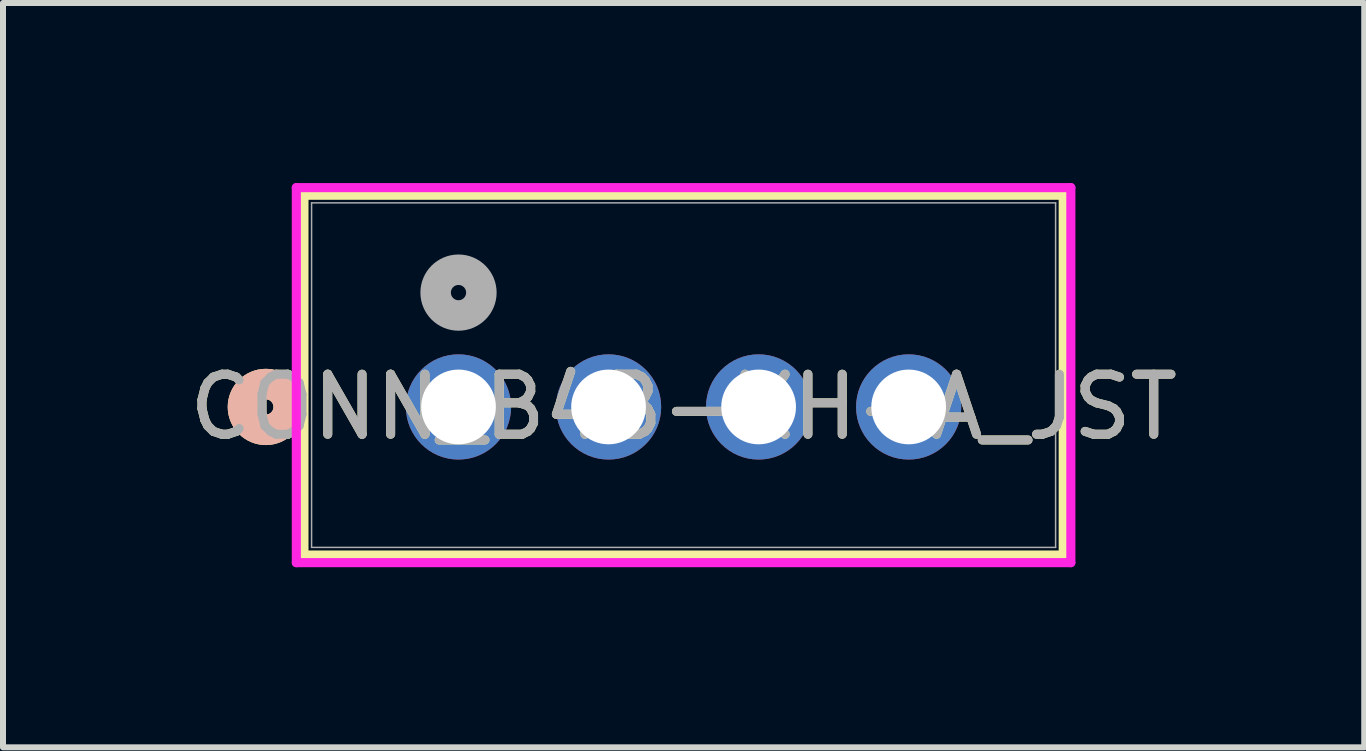
<source format=kicad_pcb>
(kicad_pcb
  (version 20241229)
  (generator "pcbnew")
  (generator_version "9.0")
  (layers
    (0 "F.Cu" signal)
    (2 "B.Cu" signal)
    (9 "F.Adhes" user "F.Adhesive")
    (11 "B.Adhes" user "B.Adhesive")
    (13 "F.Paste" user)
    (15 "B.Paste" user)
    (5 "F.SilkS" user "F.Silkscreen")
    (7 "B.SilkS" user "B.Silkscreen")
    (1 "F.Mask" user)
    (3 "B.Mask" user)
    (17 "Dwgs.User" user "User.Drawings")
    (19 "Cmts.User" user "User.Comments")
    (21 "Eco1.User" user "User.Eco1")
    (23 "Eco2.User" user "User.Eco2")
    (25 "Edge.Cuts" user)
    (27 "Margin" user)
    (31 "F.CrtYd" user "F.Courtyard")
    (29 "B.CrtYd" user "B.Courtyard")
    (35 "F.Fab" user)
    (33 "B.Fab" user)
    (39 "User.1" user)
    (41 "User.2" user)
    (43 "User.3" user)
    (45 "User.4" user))
  (footprint "CONN_B4B-XH-A_JST"
    (layer "F.Cu")
    (at 4.589 3.73)
    (property "Reference" "CONN_B4B-XH-A_JST" (at 3.75 0 0) (unlocked yes) (layer "F.SilkS") (effects (font (size 1 1) (thickness 0.15))))
    (attr through_hole)
    (fp_line (start -2.575 -3.527) (end -2.575 2.467) (stroke (width 0.152) (type solid)) (layer "F.SilkS"))
    (fp_line (start -2.575 2.467) (end 10.075 2.467) (stroke (width 0.152) (type solid)) (layer "F.SilkS"))
    (fp_line (start 10.075 -3.527) (end -2.575 -3.527) (stroke (width 0.152) (type solid)) (layer "F.SilkS"))
    (fp_line (start 10.075 2.467) (end 10.075 -3.527) (stroke (width 0.152) (type solid)) (layer "F.SilkS"))
    (fp_circle (center -3.21 0) (end -2.829 0) (stroke (width 0.508) (type solid)) (fill no) (layer "F.SilkS"))
    (fp_circle (center -3.21 0) (end -2.829 0) (stroke (width 0.508) (type solid)) (fill no) (layer "B.SilkS"))
    (fp_line (start -2.702 -3.654) (end -2.702 2.594) (stroke (width 0.152) (type solid)) (layer "F.CrtYd"))
    (fp_line (start -2.702 2.594) (end 10.202 2.594) (stroke (width 0.152) (type solid)) (layer "F.CrtYd"))
    (fp_line (start 10.202 -3.654) (end -2.702 -3.654) (stroke (width 0.152) (type solid)) (layer "F.CrtYd"))
    (fp_line (start 10.202 2.594) (end 10.202 -3.654) (stroke (width 0.152) (type solid)) (layer "F.CrtYd"))
    (fp_line (start -2.448 -3.4) (end -2.448 2.34) (stroke (width 0.025) (type solid)) (layer "F.Fab"))
    (fp_line (start -2.448 2.34) (end 9.948 2.34) (stroke (width 0.025) (type solid)) (layer "F.Fab"))
    (fp_line (start 9.948 -3.4) (end -2.448 -3.4) (stroke (width 0.025) (type solid)) (layer "F.Fab"))
    (fp_line (start 9.948 2.34) (end 9.948 -3.4) (stroke (width 0.025) (type solid)) (layer "F.Fab"))
    (fp_circle (center 0 -1.905) (end 0.381 -1.905) (stroke (width 0.508) (type solid)) (fill no) (layer "F.Fab"))
    (fp_text user "${REFERENCE}" (at 3.75 0 0) (unlocked yes) (layer "F.Fab") (effects (font (size 1 1) (thickness 0.15))))
    (pad "1" thru_hole circle (at 0 0) (size 1.753 1.753) (drill 1.245) (layers "*.Cu" "*.Mask"))
    (pad "2" thru_hole circle (at 2.5 0) (size 1.753 1.753) (drill 1.245) (layers "*.Cu" "*.Mask"))
    (pad "3" thru_hole circle (at 5 0) (size 1.753 1.753) (drill 1.245) (layers "*.Cu" "*.Mask"))
    (pad "4" thru_hole circle (at 7.5 0) (size 1.753 1.753) (drill 1.245) (layers "*.Cu" "*.Mask")))
  (gr_rect
    (start -3 -3)
    (end 19.679 9.401)
    (stroke (width 0.1) (type default))
    (fill no)
    (layer "Edge.Cuts")))
</source>
